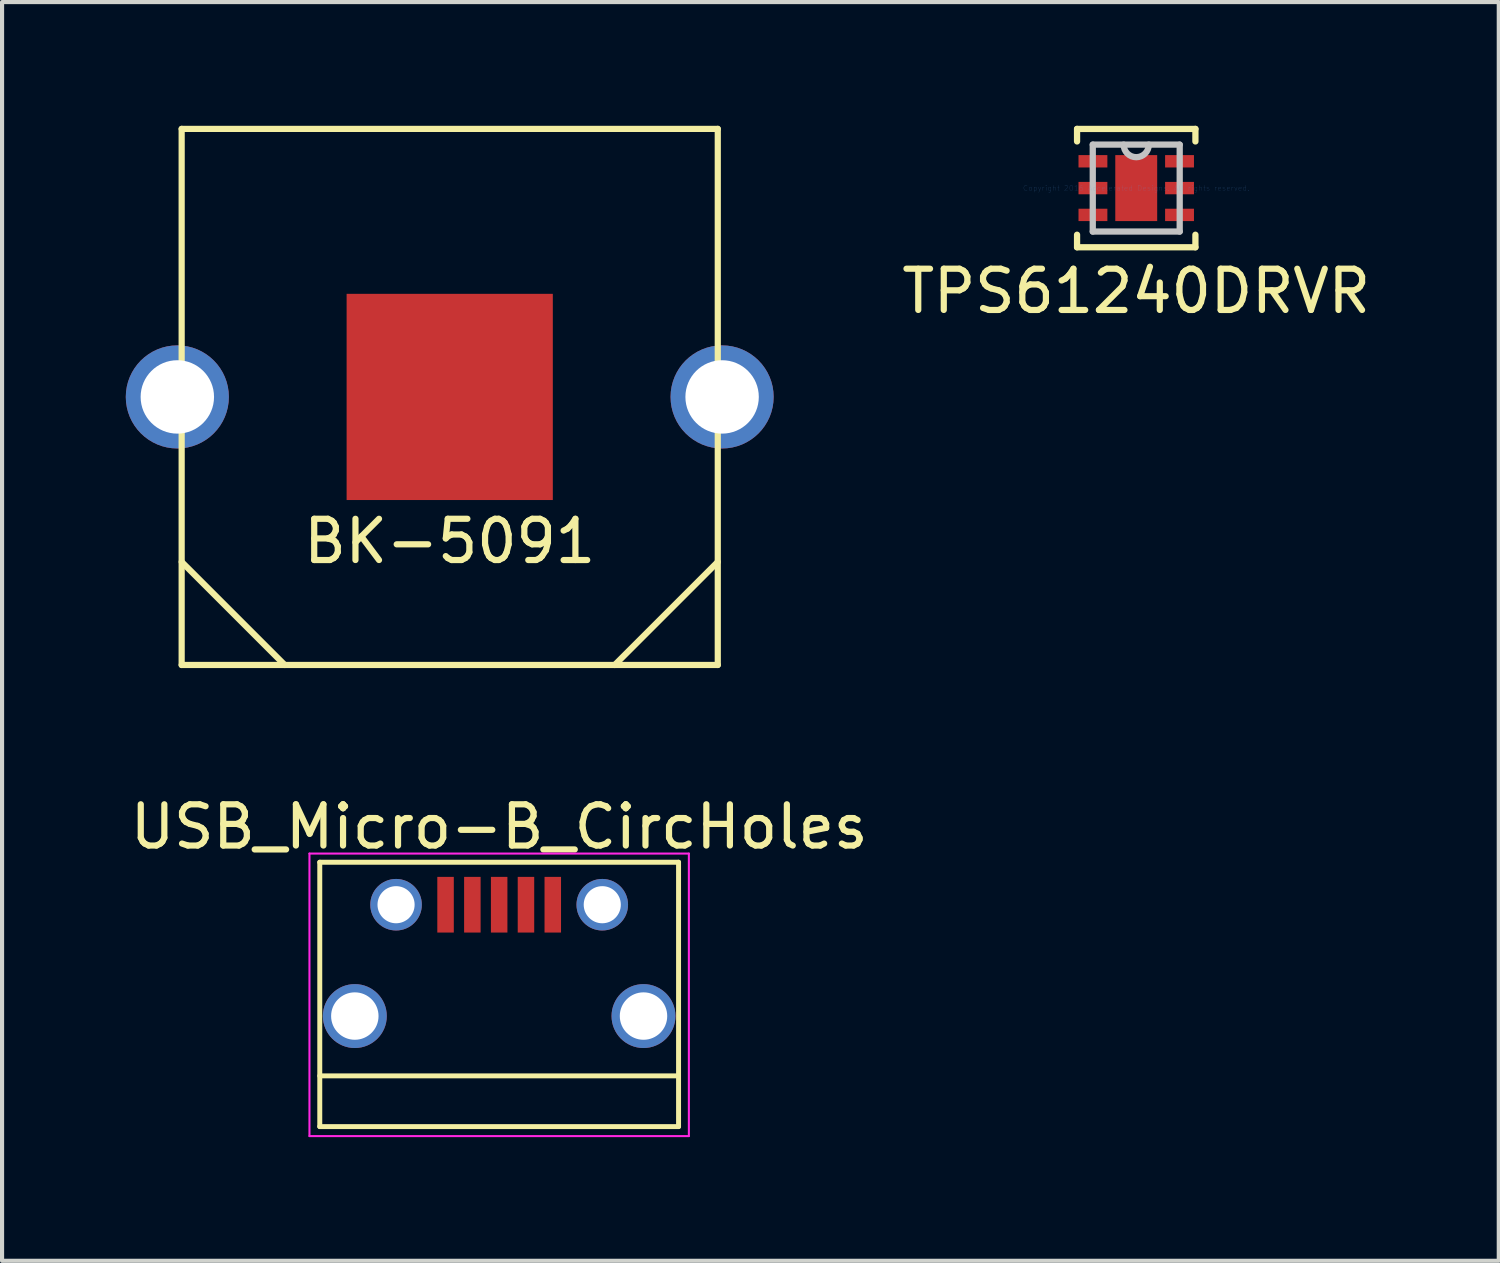
<source format=kicad_pcb>
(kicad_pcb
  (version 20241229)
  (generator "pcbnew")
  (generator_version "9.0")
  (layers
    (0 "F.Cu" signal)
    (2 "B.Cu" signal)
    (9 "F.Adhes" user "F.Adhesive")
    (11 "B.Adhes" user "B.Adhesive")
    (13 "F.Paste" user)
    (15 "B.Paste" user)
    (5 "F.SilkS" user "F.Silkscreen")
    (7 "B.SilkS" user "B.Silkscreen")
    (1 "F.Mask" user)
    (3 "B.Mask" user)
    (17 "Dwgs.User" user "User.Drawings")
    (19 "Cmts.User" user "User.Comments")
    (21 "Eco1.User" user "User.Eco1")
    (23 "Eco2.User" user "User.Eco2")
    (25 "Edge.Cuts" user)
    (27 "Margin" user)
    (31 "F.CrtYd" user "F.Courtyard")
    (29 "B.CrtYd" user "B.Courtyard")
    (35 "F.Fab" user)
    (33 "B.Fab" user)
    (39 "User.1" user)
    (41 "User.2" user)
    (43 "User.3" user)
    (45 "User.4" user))
  (footprint "TPS61240DRVR"
    (layer "F.Cu")
    (at 24.502 1.511)
    (property "Reference" "TPS61240DRVR" (at 0 2.5 0) (layer "F.SilkS") (effects (font (size 1 1) (thickness 0.15))))
    (attr through_hole)
    (fp_line (start -1.435 -1.435) (end -1.435 -1.131) (stroke (width 0.152) (type solid)) (layer "F.SilkS"))
    (fp_line (start -1.435 1.131) (end -1.435 1.435) (stroke (width 0.152) (type solid)) (layer "F.SilkS"))
    (fp_line (start -1.435 1.435) (end 1.435 1.435) (stroke (width 0.152) (type solid)) (layer "F.SilkS"))
    (fp_line (start 1.435 -1.435) (end -1.435 -1.435) (stroke (width 0.152) (type solid)) (layer "F.SilkS"))
    (fp_line (start 1.435 -1.131) (end 1.435 -1.435) (stroke (width 0.152) (type solid)) (layer "F.SilkS"))
    (fp_line (start 1.435 1.435) (end 1.435 1.131) (stroke (width 0.152) (type solid)) (layer "F.SilkS"))
    (fp_line (start -1.054 -1.054) (end -1.054 1.054) (stroke (width 0.152) (type solid)) (layer "Dwgs.User"))
    (fp_line (start -1.054 1.054) (end 1.054 1.054) (stroke (width 0.152) (type solid)) (layer "Dwgs.User"))
    (fp_line (start 1.054 -1.054) (end -1.054 -1.054) (stroke (width 0.152) (type solid)) (layer "Dwgs.User"))
    (fp_line (start 1.054 1.054) (end 1.054 -1.054) (stroke (width 0.152) (type solid)) (layer "Dwgs.User"))
    (fp_arc (start 0.3048 -1.0541) (mid 0 -0.7493) (end -0.3048 -1.0541) (stroke (width 0.1524) (type solid)) (layer "Dwgs.User"))
    (fp_circle (center 0 -0.394) (end 0.191 -0.394) (stroke (width 0.152) (type solid)) (fill no) (layer "Eco1.User"))
    (fp_circle (center 0 0.394) (end 0.191 0.394) (stroke (width 0.152) (type solid)) (fill no) (layer "Eco1.User"))
    (fp_text user "Copyright 2016 Accelerated Designs. All rights reserved." (at 0 0 0) (layer "Cmts.User") (effects (font (size 0.127 0.127) (thickness 0.002))))
    (pad "1" smd rect (at -1.05 -0.65) (size 0.7 0.3) (layers "F.Cu" "F.Mask" "F.Paste"))
    (pad "2" smd rect (at -1.05 0) (size 0.7 0.3) (layers "F.Cu" "F.Mask" "F.Paste"))
    (pad "3" smd rect (at -1.05 0.65) (size 0.7 0.3) (layers "F.Cu" "F.Mask" "F.Paste"))
    (pad "4" smd rect (at 1.05 0.65) (size 0.7 0.3) (layers "F.Cu" "F.Mask" "F.Paste"))
    (pad "5" smd rect (at 1.05 0) (size 0.7 0.3) (layers "F.Cu" "F.Mask" "F.Paste"))
    (pad "6" smd rect (at 1.05 -0.65) (size 0.7 0.3) (layers "F.Cu" "F.Mask" "F.Paste"))
    (pad "7" smd rect (at 0 0) (size 1.016 1.6) (layers "F.Cu" "F.Mask" "F.Paste")))
  (footprint "BK-5091"
    (layer "F.Cu")
    (at 7.855 6.575)
    (property "Reference" "BK-5091" (at 0 3.5 0) (layer "F.SilkS") (effects (font (size 1 1) (thickness 0.15))))
    (attr through_hole)
    (fp_line (start -6.5 -6.5) (end -6.5 6.5) (stroke (width 0.15) (type solid)) (layer "F.SilkS"))
    (fp_line (start -6.5 4) (end -4 6.5) (stroke (width 0.15) (type solid)) (layer "F.SilkS"))
    (fp_line (start -6.5 6.5) (end 6.5 6.5) (stroke (width 0.15) (type solid)) (layer "F.SilkS"))
    (fp_line (start 4 6.5) (end 6.5 4) (stroke (width 0.15) (type solid)) (layer "F.SilkS"))
    (fp_line (start 6.5 -6.5) (end -6.5 -6.5) (stroke (width 0.15) (type solid)) (layer "F.SilkS"))
    (fp_line (start 6.5 6.5) (end 6.5 -6.5) (stroke (width 0.15) (type solid)) (layer "F.SilkS"))
    (pad "1" thru_hole circle (at -6.605 0) (size 2.5 2.5) (drill 1.78) (layers "*.Cu" "*.Mask"))
    (pad "1" thru_hole circle (at 6.605 0) (size 2.5 2.5) (drill 1.78) (layers "*.Cu" "*.Mask"))
    (pad "2" smd rect (at 0 0) (size 5 5) (layers "F.Cu" "F.Mask" "F.Paste")))
  (footprint "USB_Micro-B_CircHoles"
    (layer "F.Cu")
    (at 9.054 20.238)
    (property "Reference" "USB_Micro-B_CircHoles" (at 0 -3.24 0) (layer "F.SilkS") (effects (font (size 1 1) (thickness 0.15))))
    (attr smd)
    (fp_line (start -4.35 -2.38) (end 4.35 -2.38) (stroke (width 0.12) (type solid)) (layer "F.SilkS"))
    (fp_line (start -4.35 4.03) (end -4.35 -2.38) (stroke (width 0.12) (type solid)) (layer "F.SilkS"))
    (fp_line (start -4.35 4.03) (end 4.35 4.03) (stroke (width 0.12) (type solid)) (layer "F.SilkS"))
    (fp_line (start 4.35 -2.38) (end 4.35 4.03) (stroke (width 0.12) (type solid)) (layer "F.SilkS"))
    (fp_line (start 4.35 2.8) (end -4.35 2.8) (stroke (width 0.12) (type solid)) (layer "F.SilkS"))
    (fp_line (start -4.6 -2.59) (end 4.6 -2.59) (stroke (width 0.05) (type solid)) (layer "F.CrtYd"))
    (fp_line (start -4.6 4.26) (end -4.6 -2.59) (stroke (width 0.05) (type solid)) (layer "F.CrtYd"))
    (fp_line (start 4.6 -2.59) (end 4.6 4.26) (stroke (width 0.05) (type solid)) (layer "F.CrtYd"))
    (fp_line (start 4.6 4.26) (end -4.6 4.26) (stroke (width 0.05) (type solid)) (layer "F.CrtYd"))
    (pad "1" smd rect (at -1.3 -1.35 90) (size 1.35 0.4) (layers "F.Cu" "F.Mask" "F.Paste"))
    (pad "2" smd rect (at -0.65 -1.35 90) (size 1.35 0.4) (layers "F.Cu" "F.Mask" "F.Paste"))
    (pad "3" smd rect (at 0 -1.35 90) (size 1.35 0.4) (layers "F.Cu" "F.Mask" "F.Paste"))
    (pad "4" smd rect (at 0.65 -1.35 90) (size 1.35 0.4) (layers "F.Cu" "F.Mask" "F.Paste"))
    (pad "5" smd rect (at 1.3 -1.35 90) (size 1.35 0.4) (layers "F.Cu" "F.Mask" "F.Paste"))
    (pad "6" thru_hole circle (at -3.5 1.35 90) (size 1.55 1.55) (drill 1.15) (layers "*.Cu" "*.Mask"))
    (pad "6" thru_hole circle (at -2.5 -1.35 90) (size 1.25 1.25) (drill 0.9) (layers "*.Cu" "*.Mask"))
    (pad "6" thru_hole circle (at 2.5 -1.35 90) (size 1.25 1.25) (drill 0.9) (layers "*.Cu" "*.Mask"))
    (pad "6" thru_hole circle (at 3.5 1.35 90) (size 1.55 1.55) (drill 1.15) (layers "*.Cu" "*.Mask")))
  (gr_rect
    (start -3 -3)
    (end 33.293 27.523)
    (stroke (width 0.1) (type default))
    (fill no)
    (layer "Edge.Cuts")))
</source>
